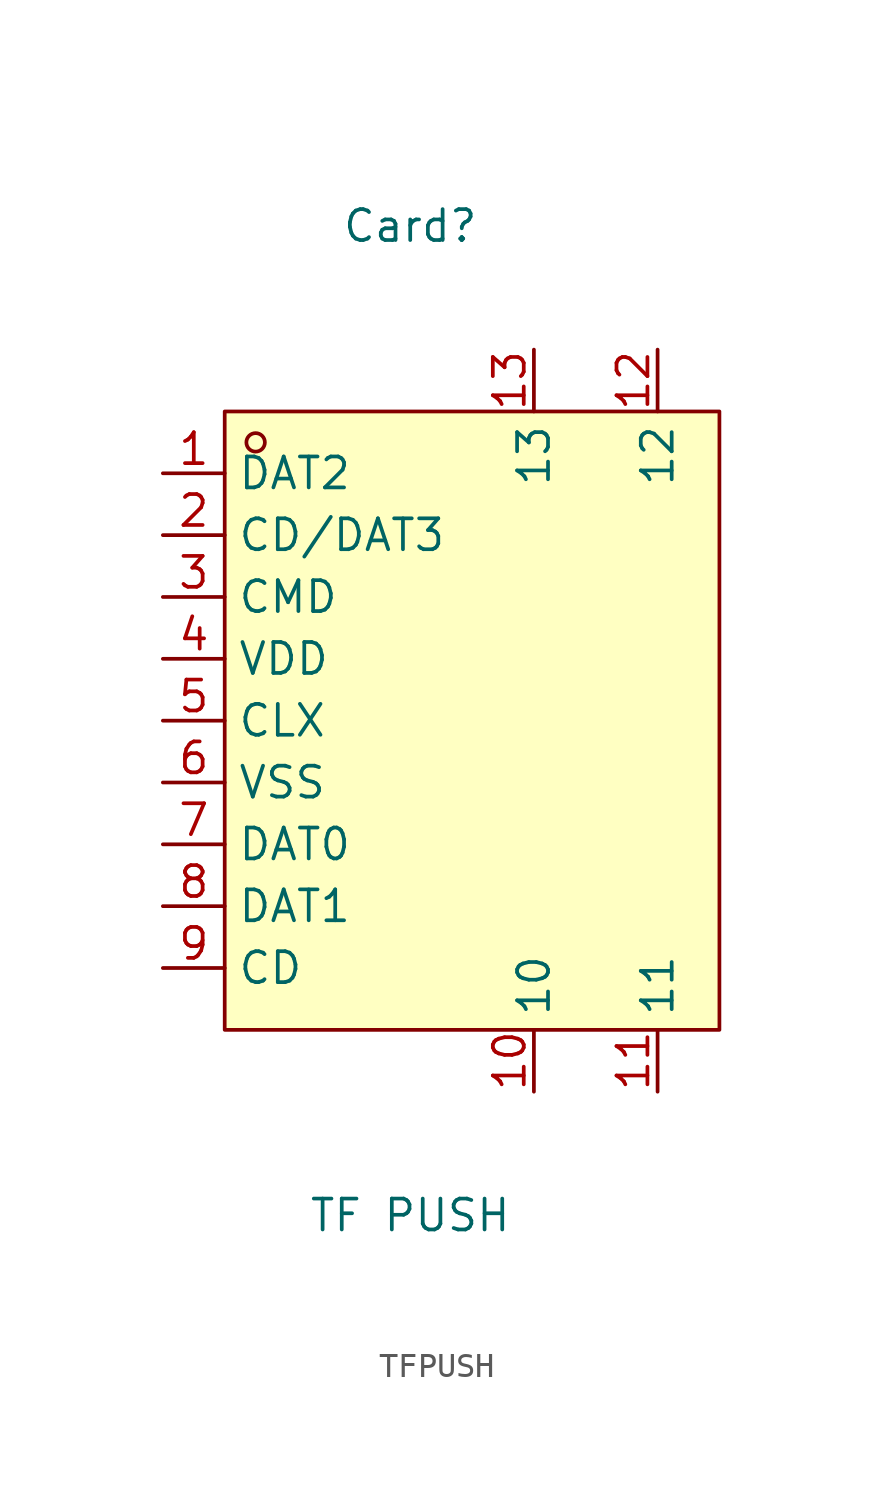
<source format=kicad_sym>
(kicad_symbol_lib
  (version 20220914)
  (generator kicad_symbol_editor)
  (symbol "TFPUSH"
    (property "Reference" "Card"
      (at 0 20.32 0)
      (effects (font (size 1.27 1.27))))
    (property "Value" "TF PUSH"
      (at 0 -20.32 0)
      (effects (font (size 1.27 1.27))))
    (symbol "TFPUSH_0_1"
      (rectangle (start -7.62 12.7) (end 12.7 -12.7) (stroke (width 0) (type default)) (fill (type background)))
      (circle (center -6.35 11.43) (radius 0.38) (stroke (width 0) (type default)) (fill (type none)))
      (pin unspecified line (at -10.16 10.16 0) (length 2.54) (name "DAT2" (effects (font (size 1.27 1.27)))) (number "1" (effects (font (size 1.27 1.27)))))
      (pin unspecified line (at 5.08 -15.24 90) (length 2.54) (name "10" (effects (font (size 1.27 1.27)))) (number "10" (effects (font (size 1.27 1.27)))))
      (pin unspecified line (at 10.16 -15.24 90) (length 2.54) (name "11" (effects (font (size 1.27 1.27)))) (number "11" (effects (font (size 1.27 1.27)))))
      (pin unspecified line (at 10.16 15.24 270) (length 2.54) (name "12" (effects (font (size 1.27 1.27)))) (number "12" (effects (font (size 1.27 1.27)))))
      (pin unspecified line (at 5.08 15.24 270) (length 2.54) (name "13" (effects (font (size 1.27 1.27)))) (number "13" (effects (font (size 1.27 1.27)))))
      (pin unspecified line (at -10.16 7.62 0) (length 2.54) (name "CD/DAT3" (effects (font (size 1.27 1.27)))) (number "2" (effects (font (size 1.27 1.27)))))
      (pin unspecified line (at -10.16 5.08 0) (length 2.54) (name "CMD" (effects (font (size 1.27 1.27)))) (number "3" (effects (font (size 1.27 1.27)))))
      (pin unspecified line (at -10.16 2.54 0) (length 2.54) (name "VDD" (effects (font (size 1.27 1.27)))) (number "4" (effects (font (size 1.27 1.27)))))
      (pin unspecified line (at -10.16 0 0) (length 2.54) (name "CLX" (effects (font (size 1.27 1.27)))) (number "5" (effects (font (size 1.27 1.27)))))
      (pin unspecified line (at -10.16 -2.54 0) (length 2.54) (name "VSS" (effects (font (size 1.27 1.27)))) (number "6" (effects (font (size 1.27 1.27)))))
      (pin unspecified line (at -10.16 -5.08 0) (length 2.54) (name "DAT0" (effects (font (size 1.27 1.27)))) (number "7" (effects (font (size 1.27 1.27)))))
      (pin unspecified line (at -10.16 -7.62 0) (length 2.54) (name "DAT1" (effects (font (size 1.27 1.27)))) (number "8" (effects (font (size 1.27 1.27))))))
    (symbol "TFPUSH_1_1"
      (pin unspecified line (at -10.16 -10.16 0) (length 2.54) (name "CD" (effects (font (size 1.27 1.27)))) (number "9" (effects (font (size 1.27 1.27))))))))
</source>
